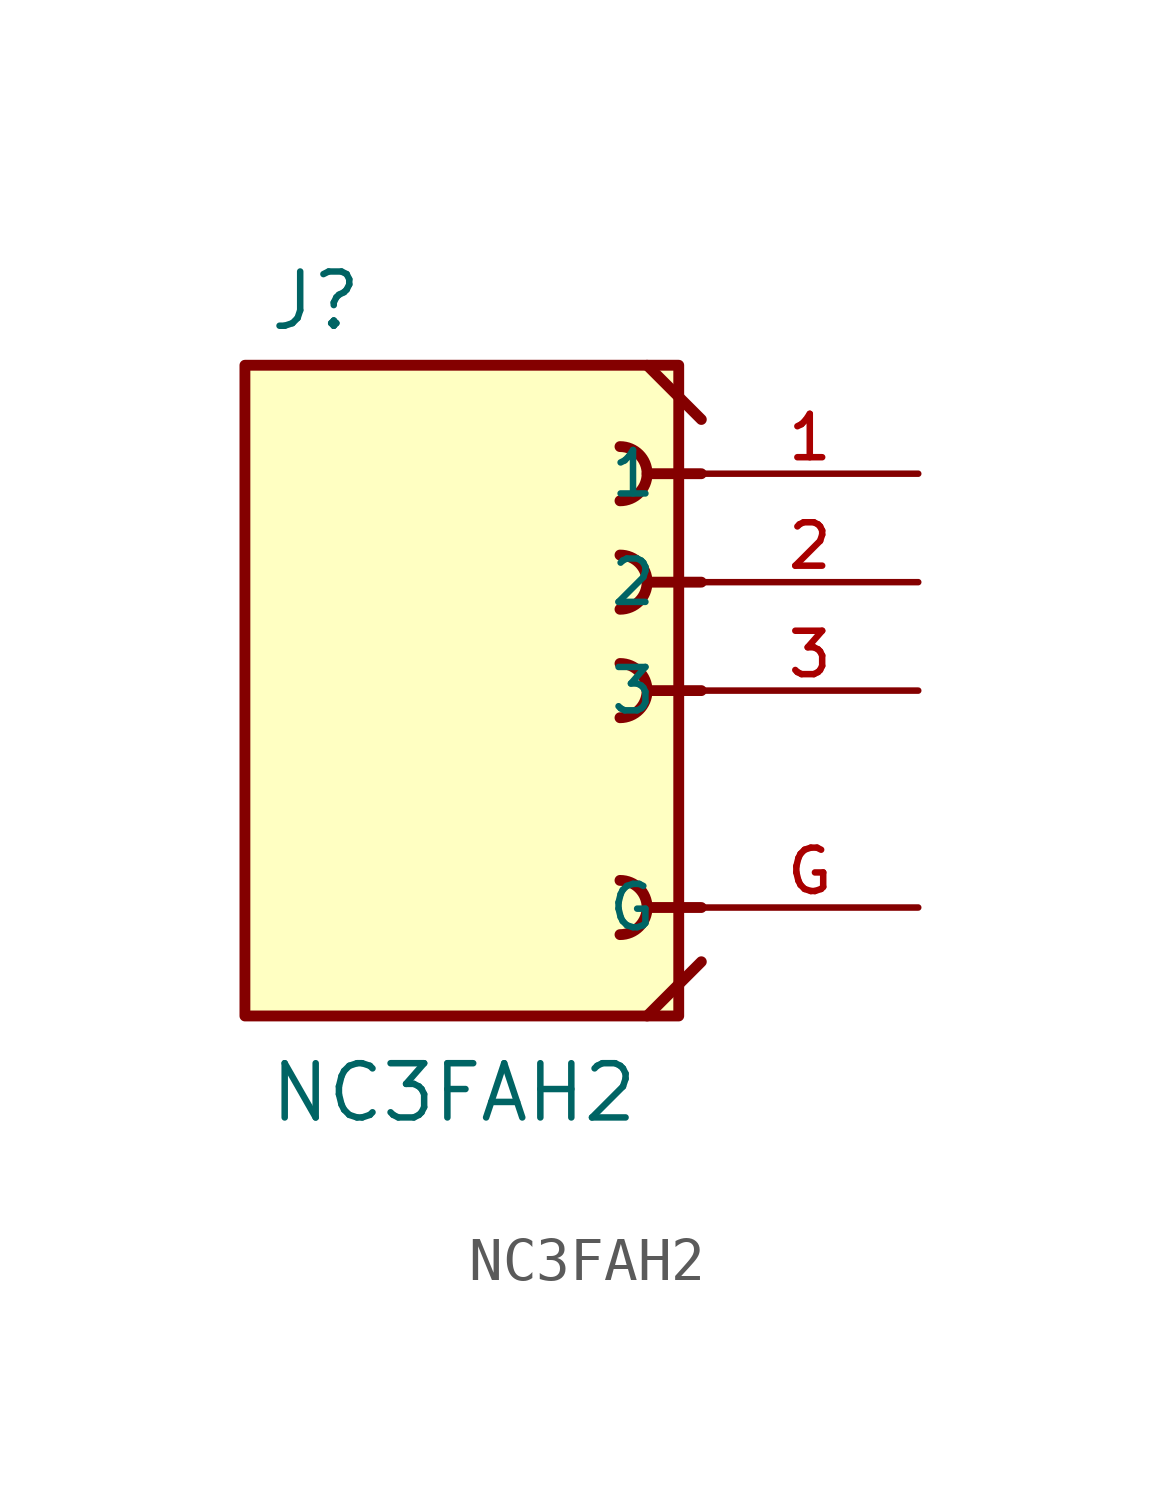
<source format=kicad_sym>
(kicad_symbol_lib
  (version 20220914)
  (generator kicad_symbol_editor)
  (symbol "NC3FAH2"
    (pin_names
      (offset 1.016))
    (property "Reference" "J"
      (at -10.16 8.382 0)
      (effects (font (size 1.27 1.27)) (justify left bottom)))
    (property "Value" "NC3FAH2"
      (at -10.16 -10.16 0)
      (effects (font (size 1.27 1.27)) (justify left bottom)))
    (symbol "NC3FAH2_0_0"
      (rectangle (start -10.689 -7.62) (end -0.529 7.62) (stroke (width 0.254) (type default)) (fill (type background)))
      (arc (start -1.905 -5.715) (mid -1.2727 -5.08) (end -1.905 -4.445) (stroke (width 0.254) (type default)) (fill (type none)))
      (arc (start -1.905 -0.635) (mid -1.2727 0) (end -1.905 0.635) (stroke (width 0.254) (type default)) (fill (type none)))
      (arc (start -1.905 1.905) (mid -1.2727 2.54) (end -1.905 3.175) (stroke (width 0.254) (type default)) (fill (type none)))
      (arc (start -1.905 4.445) (mid -1.2727 5.08) (end -1.905 5.715) (stroke (width 0.254) (type default)) (fill (type none)))
      (polyline (pts (xy -1.27 7.62) (xy 0 6.35)) (stroke (width 0.254) (type default)) (fill (type none)))
      (polyline (pts (xy 0 -6.35) (xy -1.27 -7.62)) (stroke (width 0.254) (type default)) (fill (type none)))
      (polyline (pts (xy 0 -5.08) (xy -1.27 -5.08)) (stroke (width 0.254) (type default)) (fill (type none)))
      (polyline (pts (xy 0 0) (xy -1.27 0)) (stroke (width 0.254) (type default)) (fill (type none)))
      (polyline (pts (xy 0 2.54) (xy -1.27 2.54)) (stroke (width 0.254) (type default)) (fill (type none)))
      (polyline (pts (xy 0 5.08) (xy -1.27 5.08)) (stroke (width 0.254) (type default)) (fill (type none)))
      (pin passive line (at 5.08 5.08 180) (length 5.08) (name "1" (effects (font (size 1.016 1.016)))) (number "1" (effects (font (size 1.016 1.016)))))
      (pin passive line (at 5.08 2.54 180) (length 5.08) (name "2" (effects (font (size 1.016 1.016)))) (number "2" (effects (font (size 1.016 1.016)))))
      (pin passive line (at 5.08 0 180) (length 5.08) (name "3" (effects (font (size 1.016 1.016)))) (number "3" (effects (font (size 1.016 1.016)))))
      (pin power_in line (at 5.08 -5.08 180) (length 5.08) (name "G" (effects (font (size 1.016 1.016)))) (number "G" (effects (font (size 1.016 1.016))))))))
</source>
